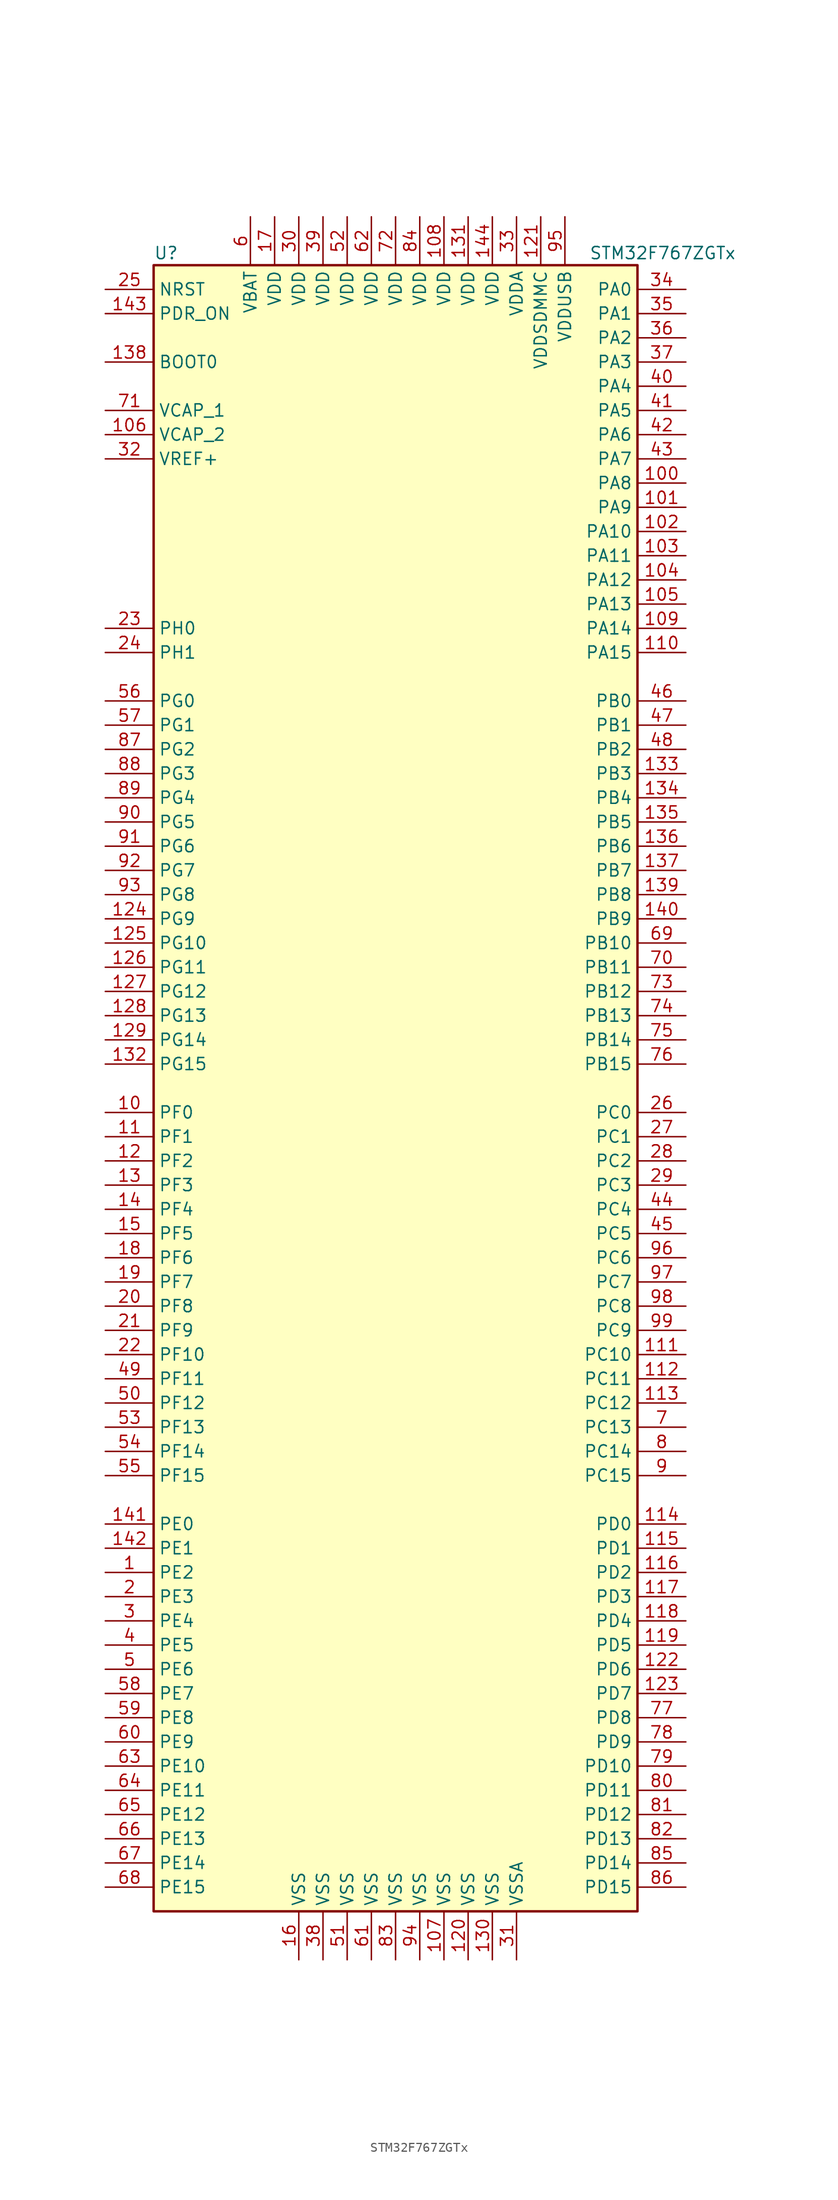
<source format=kicad_sym>
(kicad_symbol_lib
  (version 20220914)
  (generator kicad_symbol_editor)
  (symbol "STM32F767ZGTx"
    (property "Reference" "U"
      (at -25.4 87.63 0)
      (effects (font (size 1.27 1.27)) (justify left)))
    (property "Value" "STM32F767ZGTx"
      (at 20.32 87.63 0)
      (effects (font (size 1.27 1.27)) (justify left)))
    (symbol "STM32F767ZGTx_0_1"
      (rectangle (start -25.4 -86.36) (end 25.4 86.36) (stroke (width 0.254) (type default)) (fill (type background))))
    (symbol "STM32F767ZGTx_1_1"
      (pin bidirectional line (at -30.48 -50.8 0) (length 5.08) (name "PE2" (effects (font (size 1.27 1.27)))) (number "1" (effects (font (size 1.27 1.27)))))
      (pin bidirectional line (at -30.48 -2.54 0) (length 5.08) (name "PF0" (effects (font (size 1.27 1.27)))) (number "10" (effects (font (size 1.27 1.27)))))
      (pin bidirectional line (at 30.48 63.5 180) (length 5.08) (name "PA8" (effects (font (size 1.27 1.27)))) (number "100" (effects (font (size 1.27 1.27)))))
      (pin bidirectional line (at 30.48 60.96 180) (length 5.08) (name "PA9" (effects (font (size 1.27 1.27)))) (number "101" (effects (font (size 1.27 1.27)))))
      (pin bidirectional line (at 30.48 58.42 180) (length 5.08) (name "PA10" (effects (font (size 1.27 1.27)))) (number "102" (effects (font (size 1.27 1.27)))))
      (pin bidirectional line (at 30.48 55.88 180) (length 5.08) (name "PA11" (effects (font (size 1.27 1.27)))) (number "103" (effects (font (size 1.27 1.27)))))
      (pin bidirectional line (at 30.48 53.34 180) (length 5.08) (name "PA12" (effects (font (size 1.27 1.27)))) (number "104" (effects (font (size 1.27 1.27)))))
      (pin bidirectional line (at 30.48 50.8 180) (length 5.08) (name "PA13" (effects (font (size 1.27 1.27)))) (number "105" (effects (font (size 1.27 1.27)))))
      (pin power_in line (at -30.48 68.58 0) (length 5.08) (name "VCAP_2" (effects (font (size 1.27 1.27)))) (number "106" (effects (font (size 1.27 1.27)))))
      (pin power_in line (at 5.08 -91.44 90) (length 5.08) (name "VSS" (effects (font (size 1.27 1.27)))) (number "107" (effects (font (size 1.27 1.27)))))
      (pin power_in line (at 5.08 91.44 270) (length 5.08) (name "VDD" (effects (font (size 1.27 1.27)))) (number "108" (effects (font (size 1.27 1.27)))))
      (pin bidirectional line (at 30.48 48.26 180) (length 5.08) (name "PA14" (effects (font (size 1.27 1.27)))) (number "109" (effects (font (size 1.27 1.27)))))
      (pin bidirectional line (at -30.48 -5.08 0) (length 5.08) (name "PF1" (effects (font (size 1.27 1.27)))) (number "11" (effects (font (size 1.27 1.27)))))
      (pin bidirectional line (at 30.48 45.72 180) (length 5.08) (name "PA15" (effects (font (size 1.27 1.27)))) (number "110" (effects (font (size 1.27 1.27)))))
      (pin bidirectional line (at 30.48 -27.94 180) (length 5.08) (name "PC10" (effects (font (size 1.27 1.27)))) (number "111" (effects (font (size 1.27 1.27)))))
      (pin bidirectional line (at 30.48 -30.48 180) (length 5.08) (name "PC11" (effects (font (size 1.27 1.27)))) (number "112" (effects (font (size 1.27 1.27)))))
      (pin bidirectional line (at 30.48 -33.02 180) (length 5.08) (name "PC12" (effects (font (size 1.27 1.27)))) (number "113" (effects (font (size 1.27 1.27)))))
      (pin bidirectional line (at 30.48 -45.72 180) (length 5.08) (name "PD0" (effects (font (size 1.27 1.27)))) (number "114" (effects (font (size 1.27 1.27)))))
      (pin bidirectional line (at 30.48 -48.26 180) (length 5.08) (name "PD1" (effects (font (size 1.27 1.27)))) (number "115" (effects (font (size 1.27 1.27)))))
      (pin bidirectional line (at 30.48 -50.8 180) (length 5.08) (name "PD2" (effects (font (size 1.27 1.27)))) (number "116" (effects (font (size 1.27 1.27)))))
      (pin bidirectional line (at 30.48 -53.34 180) (length 5.08) (name "PD3" (effects (font (size 1.27 1.27)))) (number "117" (effects (font (size 1.27 1.27)))))
      (pin bidirectional line (at 30.48 -55.88 180) (length 5.08) (name "PD4" (effects (font (size 1.27 1.27)))) (number "118" (effects (font (size 1.27 1.27)))))
      (pin bidirectional line (at 30.48 -58.42 180) (length 5.08) (name "PD5" (effects (font (size 1.27 1.27)))) (number "119" (effects (font (size 1.27 1.27)))))
      (pin bidirectional line (at -30.48 -7.62 0) (length 5.08) (name "PF2" (effects (font (size 1.27 1.27)))) (number "12" (effects (font (size 1.27 1.27)))))
      (pin power_in line (at 7.62 -91.44 90) (length 5.08) (name "VSS" (effects (font (size 1.27 1.27)))) (number "120" (effects (font (size 1.27 1.27)))))
      (pin power_in line (at 15.24 91.44 270) (length 5.08) (name "VDDSDMMC" (effects (font (size 1.27 1.27)))) (number "121" (effects (font (size 1.27 1.27)))))
      (pin bidirectional line (at 30.48 -60.96 180) (length 5.08) (name "PD6" (effects (font (size 1.27 1.27)))) (number "122" (effects (font (size 1.27 1.27)))))
      (pin bidirectional line (at 30.48 -63.5 180) (length 5.08) (name "PD7" (effects (font (size 1.27 1.27)))) (number "123" (effects (font (size 1.27 1.27)))))
      (pin bidirectional line (at -30.48 17.78 0) (length 5.08) (name "PG9" (effects (font (size 1.27 1.27)))) (number "124" (effects (font (size 1.27 1.27)))))
      (pin bidirectional line (at -30.48 15.24 0) (length 5.08) (name "PG10" (effects (font (size 1.27 1.27)))) (number "125" (effects (font (size 1.27 1.27)))))
      (pin bidirectional line (at -30.48 12.7 0) (length 5.08) (name "PG11" (effects (font (size 1.27 1.27)))) (number "126" (effects (font (size 1.27 1.27)))))
      (pin bidirectional line (at -30.48 10.16 0) (length 5.08) (name "PG12" (effects (font (size 1.27 1.27)))) (number "127" (effects (font (size 1.27 1.27)))))
      (pin bidirectional line (at -30.48 7.62 0) (length 5.08) (name "PG13" (effects (font (size 1.27 1.27)))) (number "128" (effects (font (size 1.27 1.27)))))
      (pin bidirectional line (at -30.48 5.08 0) (length 5.08) (name "PG14" (effects (font (size 1.27 1.27)))) (number "129" (effects (font (size 1.27 1.27)))))
      (pin bidirectional line (at -30.48 -10.16 0) (length 5.08) (name "PF3" (effects (font (size 1.27 1.27)))) (number "13" (effects (font (size 1.27 1.27)))))
      (pin power_in line (at 10.16 -91.44 90) (length 5.08) (name "VSS" (effects (font (size 1.27 1.27)))) (number "130" (effects (font (size 1.27 1.27)))))
      (pin power_in line (at 7.62 91.44 270) (length 5.08) (name "VDD" (effects (font (size 1.27 1.27)))) (number "131" (effects (font (size 1.27 1.27)))))
      (pin bidirectional line (at -30.48 2.54 0) (length 5.08) (name "PG15" (effects (font (size 1.27 1.27)))) (number "132" (effects (font (size 1.27 1.27)))))
      (pin bidirectional line (at 30.48 33.02 180) (length 5.08) (name "PB3" (effects (font (size 1.27 1.27)))) (number "133" (effects (font (size 1.27 1.27)))))
      (pin bidirectional line (at 30.48 30.48 180) (length 5.08) (name "PB4" (effects (font (size 1.27 1.27)))) (number "134" (effects (font (size 1.27 1.27)))))
      (pin bidirectional line (at 30.48 27.94 180) (length 5.08) (name "PB5" (effects (font (size 1.27 1.27)))) (number "135" (effects (font (size 1.27 1.27)))))
      (pin bidirectional line (at 30.48 25.4 180) (length 5.08) (name "PB6" (effects (font (size 1.27 1.27)))) (number "136" (effects (font (size 1.27 1.27)))))
      (pin bidirectional line (at 30.48 22.86 180) (length 5.08) (name "PB7" (effects (font (size 1.27 1.27)))) (number "137" (effects (font (size 1.27 1.27)))))
      (pin input line (at -30.48 76.2 0) (length 5.08) (name "BOOT0" (effects (font (size 1.27 1.27)))) (number "138" (effects (font (size 1.27 1.27)))))
      (pin bidirectional line (at 30.48 20.32 180) (length 5.08) (name "PB8" (effects (font (size 1.27 1.27)))) (number "139" (effects (font (size 1.27 1.27)))))
      (pin bidirectional line (at -30.48 -12.7 0) (length 5.08) (name "PF4" (effects (font (size 1.27 1.27)))) (number "14" (effects (font (size 1.27 1.27)))))
      (pin bidirectional line (at 30.48 17.78 180) (length 5.08) (name "PB9" (effects (font (size 1.27 1.27)))) (number "140" (effects (font (size 1.27 1.27)))))
      (pin bidirectional line (at -30.48 -45.72 0) (length 5.08) (name "PE0" (effects (font (size 1.27 1.27)))) (number "141" (effects (font (size 1.27 1.27)))))
      (pin bidirectional line (at -30.48 -48.26 0) (length 5.08) (name "PE1" (effects (font (size 1.27 1.27)))) (number "142" (effects (font (size 1.27 1.27)))))
      (pin input line (at -30.48 81.28 0) (length 5.08) (name "PDR_ON" (effects (font (size 1.27 1.27)))) (number "143" (effects (font (size 1.27 1.27)))))
      (pin power_in line (at 10.16 91.44 270) (length 5.08) (name "VDD" (effects (font (size 1.27 1.27)))) (number "144" (effects (font (size 1.27 1.27)))))
      (pin bidirectional line (at -30.48 -15.24 0) (length 5.08) (name "PF5" (effects (font (size 1.27 1.27)))) (number "15" (effects (font (size 1.27 1.27)))))
      (pin power_in line (at -10.16 -91.44 90) (length 5.08) (name "VSS" (effects (font (size 1.27 1.27)))) (number "16" (effects (font (size 1.27 1.27)))))
      (pin power_in line (at -12.7 91.44 270) (length 5.08) (name "VDD" (effects (font (size 1.27 1.27)))) (number "17" (effects (font (size 1.27 1.27)))))
      (pin bidirectional line (at -30.48 -17.78 0) (length 5.08) (name "PF6" (effects (font (size 1.27 1.27)))) (number "18" (effects (font (size 1.27 1.27)))))
      (pin bidirectional line (at -30.48 -20.32 0) (length 5.08) (name "PF7" (effects (font (size 1.27 1.27)))) (number "19" (effects (font (size 1.27 1.27)))))
      (pin bidirectional line (at -30.48 -53.34 0) (length 5.08) (name "PE3" (effects (font (size 1.27 1.27)))) (number "2" (effects (font (size 1.27 1.27)))))
      (pin bidirectional line (at -30.48 -22.86 0) (length 5.08) (name "PF8" (effects (font (size 1.27 1.27)))) (number "20" (effects (font (size 1.27 1.27)))))
      (pin bidirectional line (at -30.48 -25.4 0) (length 5.08) (name "PF9" (effects (font (size 1.27 1.27)))) (number "21" (effects (font (size 1.27 1.27)))))
      (pin bidirectional line (at -30.48 -27.94 0) (length 5.08) (name "PF10" (effects (font (size 1.27 1.27)))) (number "22" (effects (font (size 1.27 1.27)))))
      (pin input line (at -30.48 48.26 0) (length 5.08) (name "PH0" (effects (font (size 1.27 1.27)))) (number "23" (effects (font (size 1.27 1.27)))))
      (pin input line (at -30.48 45.72 0) (length 5.08) (name "PH1" (effects (font (size 1.27 1.27)))) (number "24" (effects (font (size 1.27 1.27)))))
      (pin input line (at -30.48 83.82 0) (length 5.08) (name "NRST" (effects (font (size 1.27 1.27)))) (number "25" (effects (font (size 1.27 1.27)))))
      (pin bidirectional line (at 30.48 -2.54 180) (length 5.08) (name "PC0" (effects (font (size 1.27 1.27)))) (number "26" (effects (font (size 1.27 1.27)))))
      (pin bidirectional line (at 30.48 -5.08 180) (length 5.08) (name "PC1" (effects (font (size 1.27 1.27)))) (number "27" (effects (font (size 1.27 1.27)))))
      (pin bidirectional line (at 30.48 -7.62 180) (length 5.08) (name "PC2" (effects (font (size 1.27 1.27)))) (number "28" (effects (font (size 1.27 1.27)))))
      (pin bidirectional line (at 30.48 -10.16 180) (length 5.08) (name "PC3" (effects (font (size 1.27 1.27)))) (number "29" (effects (font (size 1.27 1.27)))))
      (pin bidirectional line (at -30.48 -55.88 0) (length 5.08) (name "PE4" (effects (font (size 1.27 1.27)))) (number "3" (effects (font (size 1.27 1.27)))))
      (pin power_in line (at -10.16 91.44 270) (length 5.08) (name "VDD" (effects (font (size 1.27 1.27)))) (number "30" (effects (font (size 1.27 1.27)))))
      (pin power_in line (at 12.7 -91.44 90) (length 5.08) (name "VSSA" (effects (font (size 1.27 1.27)))) (number "31" (effects (font (size 1.27 1.27)))))
      (pin power_in line (at -30.48 66.04 0) (length 5.08) (name "VREF+" (effects (font (size 1.27 1.27)))) (number "32" (effects (font (size 1.27 1.27)))))
      (pin power_in line (at 12.7 91.44 270) (length 5.08) (name "VDDA" (effects (font (size 1.27 1.27)))) (number "33" (effects (font (size 1.27 1.27)))))
      (pin bidirectional line (at 30.48 83.82 180) (length 5.08) (name "PA0" (effects (font (size 1.27 1.27)))) (number "34" (effects (font (size 1.27 1.27)))))
      (pin bidirectional line (at 30.48 81.28 180) (length 5.08) (name "PA1" (effects (font (size 1.27 1.27)))) (number "35" (effects (font (size 1.27 1.27)))))
      (pin bidirectional line (at 30.48 78.74 180) (length 5.08) (name "PA2" (effects (font (size 1.27 1.27)))) (number "36" (effects (font (size 1.27 1.27)))))
      (pin bidirectional line (at 30.48 76.2 180) (length 5.08) (name "PA3" (effects (font (size 1.27 1.27)))) (number "37" (effects (font (size 1.27 1.27)))))
      (pin power_in line (at -7.62 -91.44 90) (length 5.08) (name "VSS" (effects (font (size 1.27 1.27)))) (number "38" (effects (font (size 1.27 1.27)))))
      (pin power_in line (at -7.62 91.44 270) (length 5.08) (name "VDD" (effects (font (size 1.27 1.27)))) (number "39" (effects (font (size 1.27 1.27)))))
      (pin bidirectional line (at -30.48 -58.42 0) (length 5.08) (name "PE5" (effects (font (size 1.27 1.27)))) (number "4" (effects (font (size 1.27 1.27)))))
      (pin bidirectional line (at 30.48 73.66 180) (length 5.08) (name "PA4" (effects (font (size 1.27 1.27)))) (number "40" (effects (font (size 1.27 1.27)))))
      (pin bidirectional line (at 30.48 71.12 180) (length 5.08) (name "PA5" (effects (font (size 1.27 1.27)))) (number "41" (effects (font (size 1.27 1.27)))))
      (pin bidirectional line (at 30.48 68.58 180) (length 5.08) (name "PA6" (effects (font (size 1.27 1.27)))) (number "42" (effects (font (size 1.27 1.27)))))
      (pin bidirectional line (at 30.48 66.04 180) (length 5.08) (name "PA7" (effects (font (size 1.27 1.27)))) (number "43" (effects (font (size 1.27 1.27)))))
      (pin bidirectional line (at 30.48 -12.7 180) (length 5.08) (name "PC4" (effects (font (size 1.27 1.27)))) (number "44" (effects (font (size 1.27 1.27)))))
      (pin bidirectional line (at 30.48 -15.24 180) (length 5.08) (name "PC5" (effects (font (size 1.27 1.27)))) (number "45" (effects (font (size 1.27 1.27)))))
      (pin bidirectional line (at 30.48 40.64 180) (length 5.08) (name "PB0" (effects (font (size 1.27 1.27)))) (number "46" (effects (font (size 1.27 1.27)))))
      (pin bidirectional line (at 30.48 38.1 180) (length 5.08) (name "PB1" (effects (font (size 1.27 1.27)))) (number "47" (effects (font (size 1.27 1.27)))))
      (pin bidirectional line (at 30.48 35.56 180) (length 5.08) (name "PB2" (effects (font (size 1.27 1.27)))) (number "48" (effects (font (size 1.27 1.27)))))
      (pin bidirectional line (at -30.48 -30.48 0) (length 5.08) (name "PF11" (effects (font (size 1.27 1.27)))) (number "49" (effects (font (size 1.27 1.27)))))
      (pin bidirectional line (at -30.48 -60.96 0) (length 5.08) (name "PE6" (effects (font (size 1.27 1.27)))) (number "5" (effects (font (size 1.27 1.27)))))
      (pin bidirectional line (at -30.48 -33.02 0) (length 5.08) (name "PF12" (effects (font (size 1.27 1.27)))) (number "50" (effects (font (size 1.27 1.27)))))
      (pin power_in line (at -5.08 -91.44 90) (length 5.08) (name "VSS" (effects (font (size 1.27 1.27)))) (number "51" (effects (font (size 1.27 1.27)))))
      (pin power_in line (at -5.08 91.44 270) (length 5.08) (name "VDD" (effects (font (size 1.27 1.27)))) (number "52" (effects (font (size 1.27 1.27)))))
      (pin bidirectional line (at -30.48 -35.56 0) (length 5.08) (name "PF13" (effects (font (size 1.27 1.27)))) (number "53" (effects (font (size 1.27 1.27)))))
      (pin bidirectional line (at -30.48 -38.1 0) (length 5.08) (name "PF14" (effects (font (size 1.27 1.27)))) (number "54" (effects (font (size 1.27 1.27)))))
      (pin bidirectional line (at -30.48 -40.64 0) (length 5.08) (name "PF15" (effects (font (size 1.27 1.27)))) (number "55" (effects (font (size 1.27 1.27)))))
      (pin bidirectional line (at -30.48 40.64 0) (length 5.08) (name "PG0" (effects (font (size 1.27 1.27)))) (number "56" (effects (font (size 1.27 1.27)))))
      (pin bidirectional line (at -30.48 38.1 0) (length 5.08) (name "PG1" (effects (font (size 1.27 1.27)))) (number "57" (effects (font (size 1.27 1.27)))))
      (pin bidirectional line (at -30.48 -63.5 0) (length 5.08) (name "PE7" (effects (font (size 1.27 1.27)))) (number "58" (effects (font (size 1.27 1.27)))))
      (pin bidirectional line (at -30.48 -66.04 0) (length 5.08) (name "PE8" (effects (font (size 1.27 1.27)))) (number "59" (effects (font (size 1.27 1.27)))))
      (pin power_in line (at -15.24 91.44 270) (length 5.08) (name "VBAT" (effects (font (size 1.27 1.27)))) (number "6" (effects (font (size 1.27 1.27)))))
      (pin bidirectional line (at -30.48 -68.58 0) (length 5.08) (name "PE9" (effects (font (size 1.27 1.27)))) (number "60" (effects (font (size 1.27 1.27)))))
      (pin power_in line (at -2.54 -91.44 90) (length 5.08) (name "VSS" (effects (font (size 1.27 1.27)))) (number "61" (effects (font (size 1.27 1.27)))))
      (pin power_in line (at -2.54 91.44 270) (length 5.08) (name "VDD" (effects (font (size 1.27 1.27)))) (number "62" (effects (font (size 1.27 1.27)))))
      (pin bidirectional line (at -30.48 -71.12 0) (length 5.08) (name "PE10" (effects (font (size 1.27 1.27)))) (number "63" (effects (font (size 1.27 1.27)))))
      (pin bidirectional line (at -30.48 -73.66 0) (length 5.08) (name "PE11" (effects (font (size 1.27 1.27)))) (number "64" (effects (font (size 1.27 1.27)))))
      (pin bidirectional line (at -30.48 -76.2 0) (length 5.08) (name "PE12" (effects (font (size 1.27 1.27)))) (number "65" (effects (font (size 1.27 1.27)))))
      (pin bidirectional line (at -30.48 -78.74 0) (length 5.08) (name "PE13" (effects (font (size 1.27 1.27)))) (number "66" (effects (font (size 1.27 1.27)))))
      (pin bidirectional line (at -30.48 -81.28 0) (length 5.08) (name "PE14" (effects (font (size 1.27 1.27)))) (number "67" (effects (font (size 1.27 1.27)))))
      (pin bidirectional line (at -30.48 -83.82 0) (length 5.08) (name "PE15" (effects (font (size 1.27 1.27)))) (number "68" (effects (font (size 1.27 1.27)))))
      (pin bidirectional line (at 30.48 15.24 180) (length 5.08) (name "PB10" (effects (font (size 1.27 1.27)))) (number "69" (effects (font (size 1.27 1.27)))))
      (pin bidirectional line (at 30.48 -35.56 180) (length 5.08) (name "PC13" (effects (font (size 1.27 1.27)))) (number "7" (effects (font (size 1.27 1.27)))))
      (pin bidirectional line (at 30.48 12.7 180) (length 5.08) (name "PB11" (effects (font (size 1.27 1.27)))) (number "70" (effects (font (size 1.27 1.27)))))
      (pin power_in line (at -30.48 71.12 0) (length 5.08) (name "VCAP_1" (effects (font (size 1.27 1.27)))) (number "71" (effects (font (size 1.27 1.27)))))
      (pin power_in line (at 0 91.44 270) (length 5.08) (name "VDD" (effects (font (size 1.27 1.27)))) (number "72" (effects (font (size 1.27 1.27)))))
      (pin bidirectional line (at 30.48 10.16 180) (length 5.08) (name "PB12" (effects (font (size 1.27 1.27)))) (number "73" (effects (font (size 1.27 1.27)))))
      (pin bidirectional line (at 30.48 7.62 180) (length 5.08) (name "PB13" (effects (font (size 1.27 1.27)))) (number "74" (effects (font (size 1.27 1.27)))))
      (pin bidirectional line (at 30.48 5.08 180) (length 5.08) (name "PB14" (effects (font (size 1.27 1.27)))) (number "75" (effects (font (size 1.27 1.27)))))
      (pin bidirectional line (at 30.48 2.54 180) (length 5.08) (name "PB15" (effects (font (size 1.27 1.27)))) (number "76" (effects (font (size 1.27 1.27)))))
      (pin bidirectional line (at 30.48 -66.04 180) (length 5.08) (name "PD8" (effects (font (size 1.27 1.27)))) (number "77" (effects (font (size 1.27 1.27)))))
      (pin bidirectional line (at 30.48 -68.58 180) (length 5.08) (name "PD9" (effects (font (size 1.27 1.27)))) (number "78" (effects (font (size 1.27 1.27)))))
      (pin bidirectional line (at 30.48 -71.12 180) (length 5.08) (name "PD10" (effects (font (size 1.27 1.27)))) (number "79" (effects (font (size 1.27 1.27)))))
      (pin bidirectional line (at 30.48 -38.1 180) (length 5.08) (name "PC14" (effects (font (size 1.27 1.27)))) (number "8" (effects (font (size 1.27 1.27)))))
      (pin bidirectional line (at 30.48 -73.66 180) (length 5.08) (name "PD11" (effects (font (size 1.27 1.27)))) (number "80" (effects (font (size 1.27 1.27)))))
      (pin bidirectional line (at 30.48 -76.2 180) (length 5.08) (name "PD12" (effects (font (size 1.27 1.27)))) (number "81" (effects (font (size 1.27 1.27)))))
      (pin bidirectional line (at 30.48 -78.74 180) (length 5.08) (name "PD13" (effects (font (size 1.27 1.27)))) (number "82" (effects (font (size 1.27 1.27)))))
      (pin power_in line (at 0 -91.44 90) (length 5.08) (name "VSS" (effects (font (size 1.27 1.27)))) (number "83" (effects (font (size 1.27 1.27)))))
      (pin power_in line (at 2.54 91.44 270) (length 5.08) (name "VDD" (effects (font (size 1.27 1.27)))) (number "84" (effects (font (size 1.27 1.27)))))
      (pin bidirectional line (at 30.48 -81.28 180) (length 5.08) (name "PD14" (effects (font (size 1.27 1.27)))) (number "85" (effects (font (size 1.27 1.27)))))
      (pin bidirectional line (at 30.48 -83.82 180) (length 5.08) (name "PD15" (effects (font (size 1.27 1.27)))) (number "86" (effects (font (size 1.27 1.27)))))
      (pin bidirectional line (at -30.48 35.56 0) (length 5.08) (name "PG2" (effects (font (size 1.27 1.27)))) (number "87" (effects (font (size 1.27 1.27)))))
      (pin bidirectional line (at -30.48 33.02 0) (length 5.08) (name "PG3" (effects (font (size 1.27 1.27)))) (number "88" (effects (font (size 1.27 1.27)))))
      (pin bidirectional line (at -30.48 30.48 0) (length 5.08) (name "PG4" (effects (font (size 1.27 1.27)))) (number "89" (effects (font (size 1.27 1.27)))))
      (pin bidirectional line (at 30.48 -40.64 180) (length 5.08) (name "PC15" (effects (font (size 1.27 1.27)))) (number "9" (effects (font (size 1.27 1.27)))))
      (pin bidirectional line (at -30.48 27.94 0) (length 5.08) (name "PG5" (effects (font (size 1.27 1.27)))) (number "90" (effects (font (size 1.27 1.27)))))
      (pin bidirectional line (at -30.48 25.4 0) (length 5.08) (name "PG6" (effects (font (size 1.27 1.27)))) (number "91" (effects (font (size 1.27 1.27)))))
      (pin bidirectional line (at -30.48 22.86 0) (length 5.08) (name "PG7" (effects (font (size 1.27 1.27)))) (number "92" (effects (font (size 1.27 1.27)))))
      (pin bidirectional line (at -30.48 20.32 0) (length 5.08) (name "PG8" (effects (font (size 1.27 1.27)))) (number "93" (effects (font (size 1.27 1.27)))))
      (pin power_in line (at 2.54 -91.44 90) (length 5.08) (name "VSS" (effects (font (size 1.27 1.27)))) (number "94" (effects (font (size 1.27 1.27)))))
      (pin power_in line (at 17.78 91.44 270) (length 5.08) (name "VDDUSB" (effects (font (size 1.27 1.27)))) (number "95" (effects (font (size 1.27 1.27)))))
      (pin bidirectional line (at 30.48 -17.78 180) (length 5.08) (name "PC6" (effects (font (size 1.27 1.27)))) (number "96" (effects (font (size 1.27 1.27)))))
      (pin bidirectional line (at 30.48 -20.32 180) (length 5.08) (name "PC7" (effects (font (size 1.27 1.27)))) (number "97" (effects (font (size 1.27 1.27)))))
      (pin bidirectional line (at 30.48 -22.86 180) (length 5.08) (name "PC8" (effects (font (size 1.27 1.27)))) (number "98" (effects (font (size 1.27 1.27)))))
      (pin bidirectional line (at 30.48 -25.4 180) (length 5.08) (name "PC9" (effects (font (size 1.27 1.27)))) (number "99" (effects (font (size 1.27 1.27))))))))
</source>
